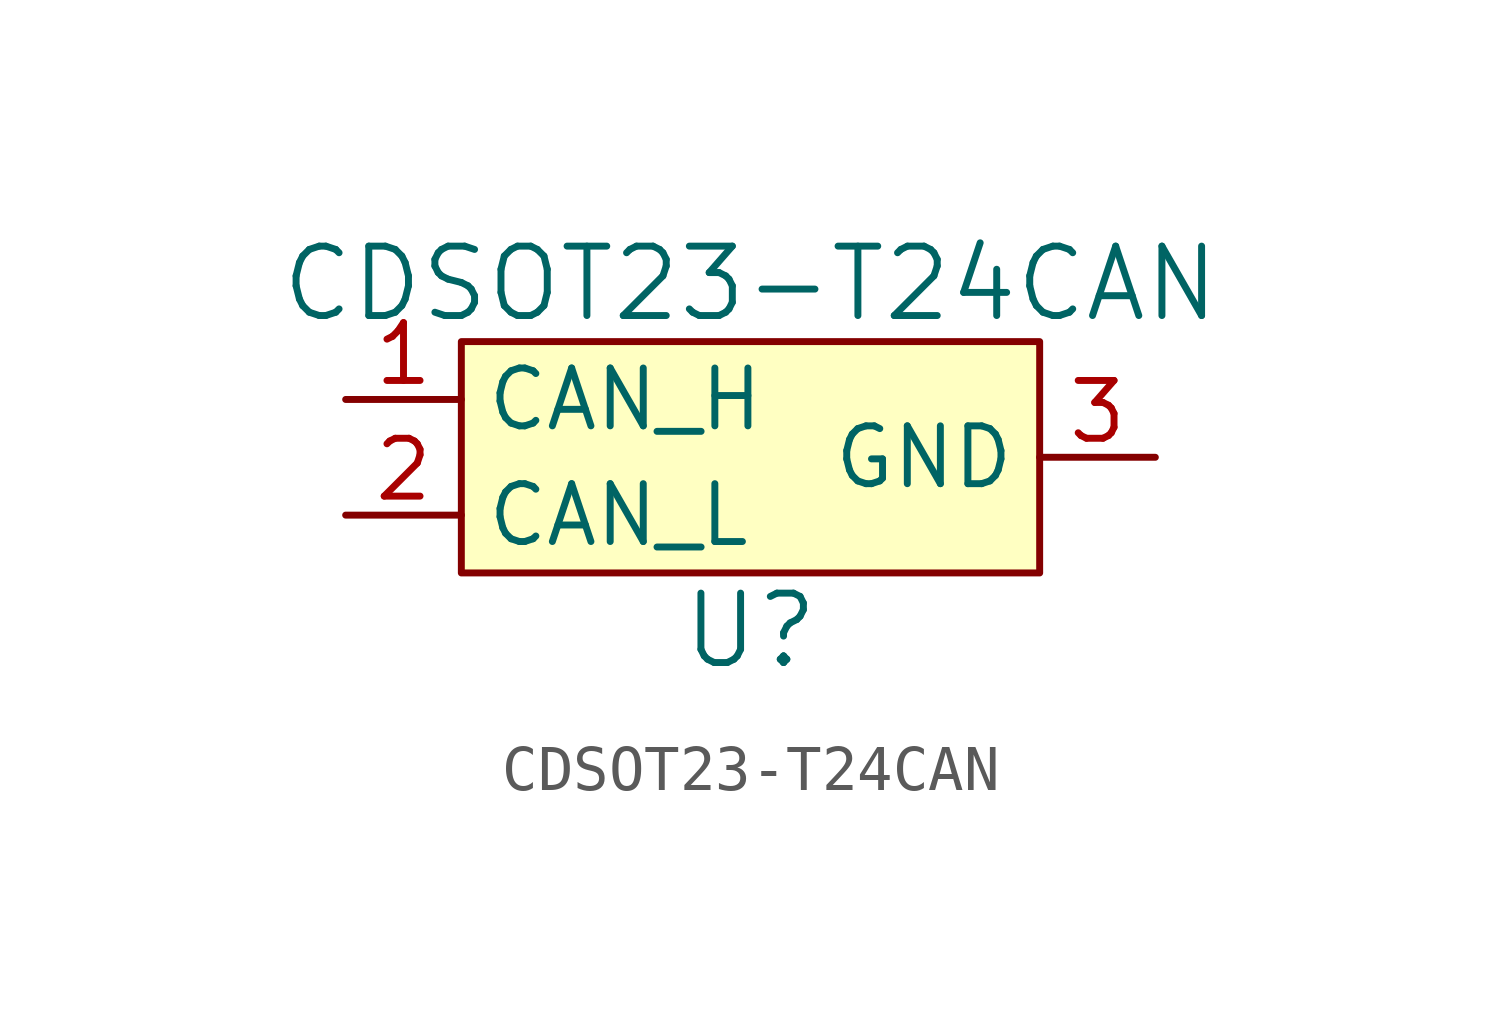
<source format=kicad_sym>
(kicad_symbol_lib
  (version 20220914)
  (generator kicad_symbol_editor)
  (symbol "CDSOT23-T24CAN"
    (property "Reference" "U"
      (at 0 -3.81 0)
      (effects (font (size 1.524 1.524))))
    (property "Value" "CDSOT23-T24CAN"
      (at 0 3.81 0)
      (effects (font (size 1.524 1.524))))
    (symbol "CDSOT23-T24CAN_0_1"
      (rectangle (start 6.35 2.54) (end -6.35 -2.54) (stroke (width 0) (type solid)) (fill (type background))))
    (symbol "CDSOT23-T24CAN_1_1"
      (pin passive line (at -8.89 1.27 0) (length 2.54) (name "CAN_H" (effects (font (size 1.27 1.27)))) (number "1" (effects (font (size 1.27 1.27)))))
      (pin passive line (at -8.89 -1.27 0) (length 2.54) (name "CAN_L" (effects (font (size 1.27 1.27)))) (number "2" (effects (font (size 1.27 1.27)))))
      (pin passive line (at 8.89 0 180) (length 2.54) (name "GND" (effects (font (size 1.27 1.27)))) (number "3" (effects (font (size 1.27 1.27))))))))
</source>
